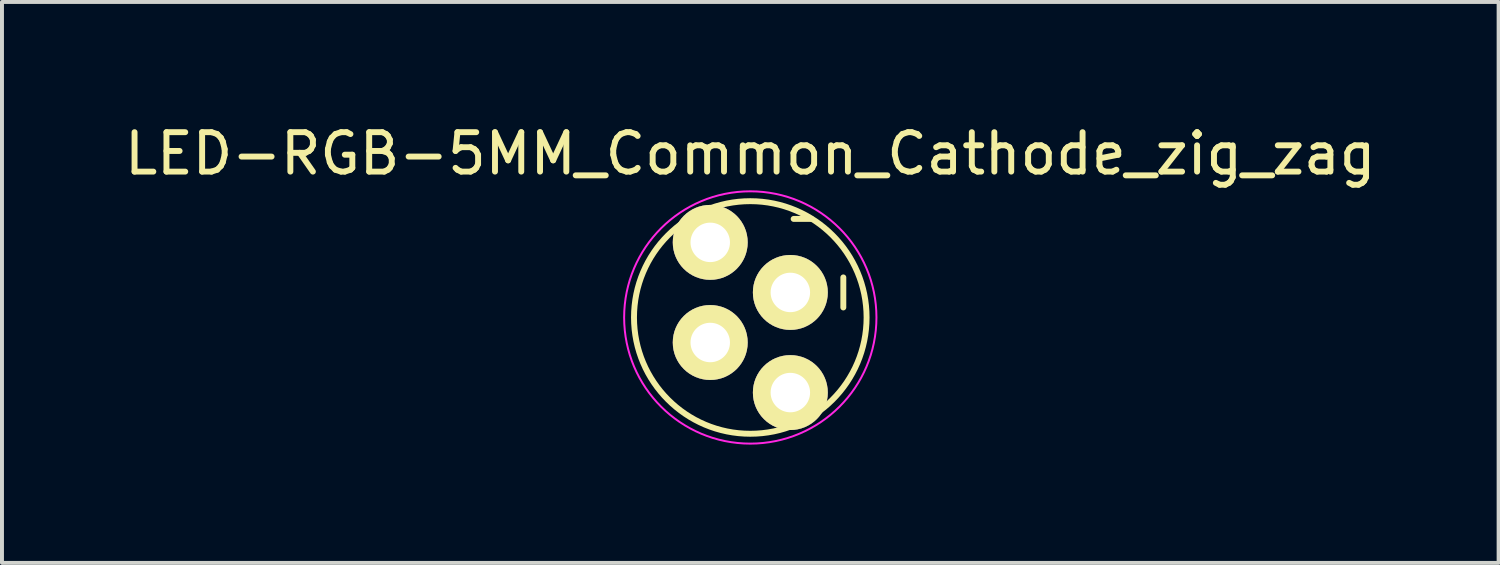
<source format=kicad_pcb>
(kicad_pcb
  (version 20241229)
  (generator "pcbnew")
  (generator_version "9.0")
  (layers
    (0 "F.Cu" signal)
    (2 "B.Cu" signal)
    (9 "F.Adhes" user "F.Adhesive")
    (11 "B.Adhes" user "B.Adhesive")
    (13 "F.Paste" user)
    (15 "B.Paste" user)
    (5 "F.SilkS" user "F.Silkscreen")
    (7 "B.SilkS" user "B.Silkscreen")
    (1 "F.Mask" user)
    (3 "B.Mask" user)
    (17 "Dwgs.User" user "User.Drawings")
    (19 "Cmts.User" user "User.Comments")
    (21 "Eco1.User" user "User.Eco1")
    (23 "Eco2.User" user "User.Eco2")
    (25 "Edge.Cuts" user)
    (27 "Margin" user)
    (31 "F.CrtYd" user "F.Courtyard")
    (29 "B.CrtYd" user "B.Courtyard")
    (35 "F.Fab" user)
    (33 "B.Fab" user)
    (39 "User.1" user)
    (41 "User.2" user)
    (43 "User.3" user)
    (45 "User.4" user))
  (footprint "LED-RGB-5MM_Common_Cathode_zig_zag"
    (layer "F.Cu")
    (at 15.982 3.098)
    (property "Reference" "LED-RGB-5MM_Common_Cathode_zig_zag" (at 0 -2.25 0) (layer "F.SilkS") (effects (font (size 1 1) (thickness 0.15))))
    (attr through_hole)
    (fp_line (start -1.1 -0.595) (end -1.55 -0.595) (stroke (width 0.15) (type solid)) (layer "F.SilkS"))
    (fp_line (start 1.1 -0.595) (end 1.55 -0.595) (stroke (width 0.15) (type solid)) (layer "F.SilkS"))
    (fp_circle (center 0 1.905) (end 2.95 1.905) (stroke (width 0.15) (type solid)) (fill no) (layer "F.SilkS"))
    (fp_circle (center 0 1.905) (end 3.2 1.905) (stroke (width 0.05) (type solid)) (fill no) (layer "F.CrtYd"))
    (fp_text user "-" (at 2.286 1.27 90) (layer "F.SilkS") (effects (font (size 1 1) (thickness 0.15))))
    (pad "1" thru_hole oval (at -1.016 0 90) (size 1.9 1.9) (drill 1.001) (layers "*.Cu" "*.Mask" "F.SilkS"))
    (pad "2" thru_hole oval (at 1.016 1.27 90) (size 1.9 1.9) (drill 1.001) (layers "*.Cu" "*.Mask" "F.SilkS"))
    (pad "3" thru_hole oval (at -1.016 2.54 90) (size 1.9 1.9) (drill 1.001) (layers "*.Cu" "*.Mask" "F.SilkS"))
    (pad "4" thru_hole oval (at 1.016 3.81 90) (size 1.9 1.9) (drill 1.001) (layers "*.Cu" "*.Mask" "F.SilkS")))
  (gr_rect
    (start -3 -3)
    (end 34.964 11.228)
    (stroke (width 0.1) (type default))
    (fill no)
    (layer "Edge.Cuts")))
</source>
